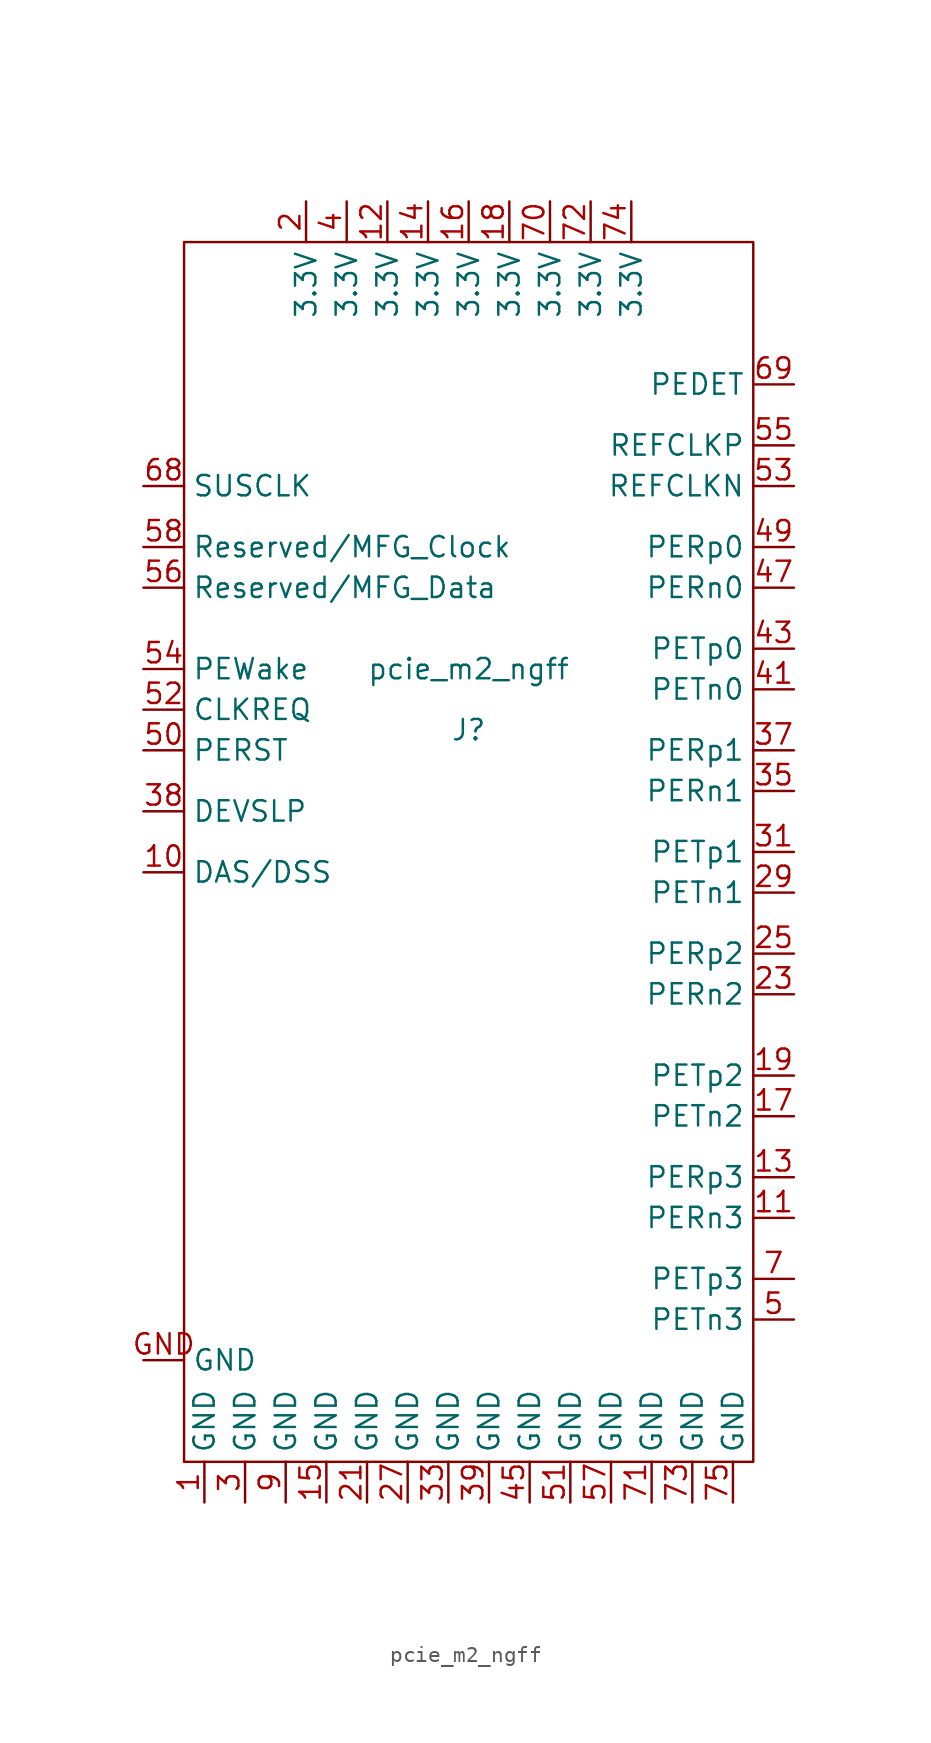
<source format=kicad_sym>
(kicad_symbol_lib
  (version 20201005)
  (generator kicad_symbol_editor)
  (symbol "pcie_m2_ngff:pcie_m2_ngff"
    (property "Reference" "J"
      (at 0 -1.27 0)
      (effects (font (size 1.27 1.27))))
    (property "Value" "pcie_m2_ngff"
      (at 0 2.54 0)
      (effects (font (size 1.27 1.27))))
    (symbol "pcie_m2_ngff_0_0"
      (pin no_connect line (at 1.27 6.35 0) (length 2.54) hide (name "NC" (effects (font (size 1.27 1.27)))) (number "20" (effects (font (size 1.27 1.27)))))
      (pin no_connect line (at 1.27 3.81 0) (length 2.54) hide (name "NC" (effects (font (size 1.27 1.27)))) (number "22" (effects (font (size 1.27 1.27)))))
      (pin no_connect line (at 1.27 1.27 0) (length 2.54) hide (name "NC" (effects (font (size 1.27 1.27)))) (number "24" (effects (font (size 1.27 1.27)))))
      (pin no_connect line (at 1.27 -1.27 0) (length 2.54) hide (name "NC" (effects (font (size 1.27 1.27)))) (number "26" (effects (font (size 1.27 1.27)))))
      (pin no_connect line (at 1.27 -3.81 0) (length 2.54) hide (name "NC" (effects (font (size 1.27 1.27)))) (number "28" (effects (font (size 1.27 1.27)))))
      (pin no_connect line (at 1.27 -6.35 0) (length 2.54) hide (name "NC" (effects (font (size 1.27 1.27)))) (number "30" (effects (font (size 1.27 1.27)))))
      (pin no_connect line (at 1.27 -8.89 0) (length 2.54) hide (name "NC" (effects (font (size 1.27 1.27)))) (number "32" (effects (font (size 1.27 1.27)))))
      (pin no_connect line (at 1.27 -11.43 0) (length 2.54) hide (name "NC" (effects (font (size 1.27 1.27)))) (number "34" (effects (font (size 1.27 1.27)))))
      (pin no_connect line (at 1.27 -13.97 0) (length 2.54) hide (name "NC" (effects (font (size 1.27 1.27)))) (number "36" (effects (font (size 1.27 1.27)))))
      (pin no_connect line (at 1.27 -17.78 0) (length 2.54) hide (name "NC" (effects (font (size 1.27 1.27)))) (number "40" (effects (font (size 1.27 1.27)))))
      (pin no_connect line (at 1.27 -20.32 0) (length 2.54) hide (name "NC" (effects (font (size 1.27 1.27)))) (number "42" (effects (font (size 1.27 1.27)))))
      (pin no_connect line (at 1.27 -22.86 0) (length 2.54) hide (name "NC" (effects (font (size 1.27 1.27)))) (number "44" (effects (font (size 1.27 1.27)))))
      (pin no_connect line (at 1.27 -25.4 0) (length 2.54) hide (name "NC" (effects (font (size 1.27 1.27)))) (number "46" (effects (font (size 1.27 1.27)))))
      (pin no_connect line (at 1.27 -27.94 0) (length 2.54) hide (name "NC" (effects (font (size 1.27 1.27)))) (number "48" (effects (font (size 1.27 1.27)))))
      (pin no_connect line (at 1.27 12.7 0) (length 2.54) hide (name "NC" (effects (font (size 1.27 1.27)))) (number "6" (effects (font (size 1.27 1.27)))))
      (pin no_connect line (at 1.27 -31.75 0) (length 2.54) hide (name "NC" (effects (font (size 1.27 1.27)))) (number "67" (effects (font (size 1.27 1.27)))))
      (pin no_connect line (at 1.27 10.16 0) (length 2.54) hide (name "NC" (effects (font (size 1.27 1.27)))) (number "8" (effects (font (size 1.27 1.27)))))
      (pin power_in line (at -20.32 -40.64 0) (length 2.54) (name "GND" (effects (font (size 1.27 1.27)))) (number "GND" (effects (font (size 1.27 1.27))))))
    (symbol "pcie_m2_ngff_0_1"
      (rectangle (start -17.78 29.21) (end 17.78 -46.99) (stroke (width 0.152)) (fill (type none))))
    (symbol "pcie_m2_ngff_1_1"
      (pin power_in line (at -16.51 -49.53 90) (length 2.54) (name "GND" (effects (font (size 1.27 1.27)))) (number "1" (effects (font (size 1.27 1.27)))))
      (pin output line (at -20.32 -10.16 0) (length 2.54) (name "DAS/DSS" (effects (font (size 1.27 1.27)))) (number "10" (effects (font (size 1.27 1.27)))))
      (pin input line (at 20.32 -31.75 180) (length 2.54) (name "PERn3" (effects (font (size 1.27 1.27)))) (number "11" (effects (font (size 1.27 1.27)))))
      (pin power_in line (at -5.08 31.75 270) (length 2.54) (name "3.3V" (effects (font (size 1.27 1.27)))) (number "12" (effects (font (size 1.27 1.27)))))
      (pin input line (at 20.32 -29.21 180) (length 2.54) (name "PERp3" (effects (font (size 1.27 1.27)))) (number "13" (effects (font (size 1.27 1.27)))))
      (pin power_in line (at -2.54 31.75 270) (length 2.54) (name "3.3V" (effects (font (size 1.27 1.27)))) (number "14" (effects (font (size 1.27 1.27)))))
      (pin power_in line (at -8.89 -49.53 90) (length 2.54) (name "GND" (effects (font (size 1.27 1.27)))) (number "15" (effects (font (size 1.27 1.27)))))
      (pin power_in line (at 0 31.75 270) (length 2.54) (name "3.3V" (effects (font (size 1.27 1.27)))) (number "16" (effects (font (size 1.27 1.27)))))
      (pin input line (at 20.32 -25.4 180) (length 2.54) (name "PETn2" (effects (font (size 1.27 1.27)))) (number "17" (effects (font (size 1.27 1.27)))))
      (pin power_in line (at 2.54 31.75 270) (length 2.54) (name "3.3V" (effects (font (size 1.27 1.27)))) (number "18" (effects (font (size 1.27 1.27)))))
      (pin input line (at 20.32 -22.86 180) (length 2.54) (name "PETp2" (effects (font (size 1.27 1.27)))) (number "19" (effects (font (size 1.27 1.27)))))
      (pin power_in line (at -10.16 31.75 270) (length 2.54) (name "3.3V" (effects (font (size 1.27 1.27)))) (number "2" (effects (font (size 1.27 1.27)))))
      (pin power_in line (at -6.35 -49.53 90) (length 2.54) (name "GND" (effects (font (size 1.27 1.27)))) (number "21" (effects (font (size 1.27 1.27)))))
      (pin input line (at 20.32 -17.78 180) (length 2.54) (name "PERn2" (effects (font (size 1.27 1.27)))) (number "23" (effects (font (size 1.27 1.27)))))
      (pin input line (at 20.32 -15.24 180) (length 2.54) (name "PERp2" (effects (font (size 1.27 1.27)))) (number "25" (effects (font (size 1.27 1.27)))))
      (pin power_in line (at -3.81 -49.53 90) (length 2.54) (name "GND" (effects (font (size 1.27 1.27)))) (number "27" (effects (font (size 1.27 1.27)))))
      (pin input line (at 20.32 -11.43 180) (length 2.54) (name "PETn1" (effects (font (size 1.27 1.27)))) (number "29" (effects (font (size 1.27 1.27)))))
      (pin power_in line (at -13.97 -49.53 90) (length 2.54) (name "GND" (effects (font (size 1.27 1.27)))) (number "3" (effects (font (size 1.27 1.27)))))
      (pin input line (at 20.32 -8.89 180) (length 2.54) (name "PETp1" (effects (font (size 1.27 1.27)))) (number "31" (effects (font (size 1.27 1.27)))))
      (pin power_in line (at -1.27 -49.53 90) (length 2.54) (name "GND" (effects (font (size 1.27 1.27)))) (number "33" (effects (font (size 1.27 1.27)))))
      (pin input line (at 20.32 -5.08 180) (length 2.54) (name "PERn1" (effects (font (size 1.27 1.27)))) (number "35" (effects (font (size 1.27 1.27)))))
      (pin input line (at 20.32 -2.54 180) (length 2.54) (name "PERp1" (effects (font (size 1.27 1.27)))) (number "37" (effects (font (size 1.27 1.27)))))
      (pin input line (at -20.32 -6.35 0) (length 2.54) (name "DEVSLP" (effects (font (size 1.27 1.27)))) (number "38" (effects (font (size 1.27 1.27)))))
      (pin power_in line (at 1.27 -49.53 90) (length 2.54) (name "GND" (effects (font (size 1.27 1.27)))) (number "39" (effects (font (size 1.27 1.27)))))
      (pin power_in line (at -7.62 31.75 270) (length 2.54) (name "3.3V" (effects (font (size 1.27 1.27)))) (number "4" (effects (font (size 1.27 1.27)))))
      (pin input line (at 20.32 1.27 180) (length 2.54) (name "PETn0" (effects (font (size 1.27 1.27)))) (number "41" (effects (font (size 1.27 1.27)))))
      (pin input line (at 20.32 3.81 180) (length 2.54) (name "PETp0" (effects (font (size 1.27 1.27)))) (number "43" (effects (font (size 1.27 1.27)))))
      (pin power_in line (at 3.81 -49.53 90) (length 2.54) (name "GND" (effects (font (size 1.27 1.27)))) (number "45" (effects (font (size 1.27 1.27)))))
      (pin input line (at 20.32 7.62 180) (length 2.54) (name "PERn0" (effects (font (size 1.27 1.27)))) (number "47" (effects (font (size 1.27 1.27)))))
      (pin input line (at 20.32 10.16 180) (length 2.54) (name "PERp0" (effects (font (size 1.27 1.27)))) (number "49" (effects (font (size 1.27 1.27)))))
      (pin input line (at 20.32 -38.1 180) (length 2.54) (name "PETn3" (effects (font (size 1.27 1.27)))) (number "5" (effects (font (size 1.27 1.27)))))
      (pin input line (at -20.32 -2.54 0) (length 2.54) (name "PERST" (effects (font (size 1.27 1.27)))) (number "50" (effects (font (size 1.27 1.27)))))
      (pin power_in line (at 6.35 -49.53 90) (length 2.54) (name "GND" (effects (font (size 1.27 1.27)))) (number "51" (effects (font (size 1.27 1.27)))))
      (pin bidirectional line (at -20.32 0 0) (length 2.54) (name "CLKREQ" (effects (font (size 1.27 1.27)))) (number "52" (effects (font (size 1.27 1.27)))))
      (pin input line (at 20.32 13.97 180) (length 2.54) (name "REFCLKN" (effects (font (size 1.27 1.27)))) (number "53" (effects (font (size 1.27 1.27)))))
      (pin bidirectional line (at -20.32 2.54 0) (length 2.54) (name "PEWake" (effects (font (size 1.27 1.27)))) (number "54" (effects (font (size 1.27 1.27)))))
      (pin input line (at 20.32 16.51 180) (length 2.54) (name "REFCLKP" (effects (font (size 1.27 1.27)))) (number "55" (effects (font (size 1.27 1.27)))))
      (pin input line (at -20.32 7.62 0) (length 2.54) (name "Reserved/MFG_Data" (effects (font (size 1.27 1.27)))) (number "56" (effects (font (size 1.27 1.27)))))
      (pin power_in line (at 8.89 -49.53 90) (length 2.54) (name "GND" (effects (font (size 1.27 1.27)))) (number "57" (effects (font (size 1.27 1.27)))))
      (pin input line (at -20.32 10.16 0) (length 2.54) (name "Reserved/MFG_Clock" (effects (font (size 1.27 1.27)))) (number "58" (effects (font (size 1.27 1.27)))))
      (pin input line (at -20.32 13.97 0) (length 2.54) (name "SUSCLK" (effects (font (size 1.27 1.27)))) (number "68" (effects (font (size 1.27 1.27)))))
      (pin power_in line (at 20.32 20.32 180) (length 2.54) (name "PEDET" (effects (font (size 1.27 1.27)))) (number "69" (effects (font (size 1.27 1.27)))))
      (pin input line (at 20.32 -35.56 180) (length 2.54) (name "PETp3" (effects (font (size 1.27 1.27)))) (number "7" (effects (font (size 1.27 1.27)))))
      (pin power_in line (at 5.08 31.75 270) (length 2.54) (name "3.3V" (effects (font (size 1.27 1.27)))) (number "70" (effects (font (size 1.27 1.27)))))
      (pin power_in line (at 11.43 -49.53 90) (length 2.54) (name "GND" (effects (font (size 1.27 1.27)))) (number "71" (effects (font (size 1.27 1.27)))))
      (pin power_in line (at 7.62 31.75 270) (length 2.54) (name "3.3V" (effects (font (size 1.27 1.27)))) (number "72" (effects (font (size 1.27 1.27)))))
      (pin power_in line (at 13.97 -49.53 90) (length 2.54) (name "GND" (effects (font (size 1.27 1.27)))) (number "73" (effects (font (size 1.27 1.27)))))
      (pin power_in line (at 10.16 31.75 270) (length 2.54) (name "3.3V" (effects (font (size 1.27 1.27)))) (number "74" (effects (font (size 1.27 1.27)))))
      (pin power_in line (at 16.51 -49.53 90) (length 2.54) (name "GND" (effects (font (size 1.27 1.27)))) (number "75" (effects (font (size 1.27 1.27)))))
      (pin power_in line (at -11.43 -49.53 90) (length 2.54) (name "GND" (effects (font (size 1.27 1.27)))) (number "9" (effects (font (size 1.27 1.27))))))))
</source>
